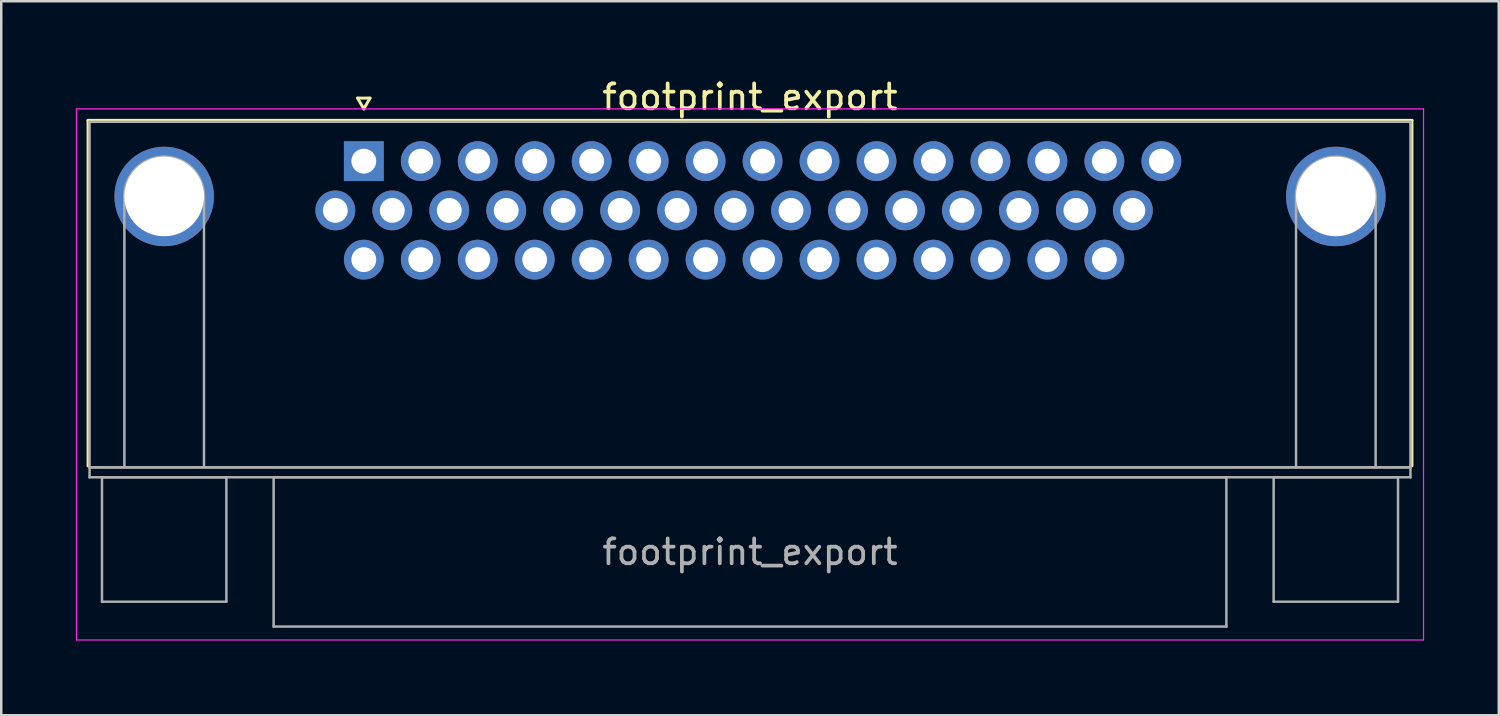
<source format=kicad_pcb>
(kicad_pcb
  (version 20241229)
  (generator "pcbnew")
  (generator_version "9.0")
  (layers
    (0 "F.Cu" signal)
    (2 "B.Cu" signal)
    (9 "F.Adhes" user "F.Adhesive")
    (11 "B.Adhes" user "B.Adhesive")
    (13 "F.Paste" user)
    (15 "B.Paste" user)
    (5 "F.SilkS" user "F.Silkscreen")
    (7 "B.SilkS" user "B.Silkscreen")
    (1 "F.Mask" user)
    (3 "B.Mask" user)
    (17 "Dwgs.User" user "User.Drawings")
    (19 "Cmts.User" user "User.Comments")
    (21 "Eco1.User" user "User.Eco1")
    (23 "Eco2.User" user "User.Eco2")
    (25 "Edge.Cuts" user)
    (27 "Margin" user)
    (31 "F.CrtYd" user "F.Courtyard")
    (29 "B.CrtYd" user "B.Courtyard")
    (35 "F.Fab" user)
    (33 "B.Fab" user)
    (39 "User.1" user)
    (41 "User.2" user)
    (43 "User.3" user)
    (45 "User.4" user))
  (footprint "footprint_export"
    (layer "F.Cu")
    (at 11.575 3.428)
    (property "Reference" "footprint_export" (at 15.525 -2.58 0) (layer "F.SilkS") (effects (font (size 1 1) (thickness 0.15))))
    (attr through_hole)
    (fp_line (start -11.085 -1.64) (end 42.135 -1.64) (stroke (width 0.12) (type solid)) (layer "F.SilkS"))
    (fp_line (start -11.085 12.25) (end -11.085 -1.64) (stroke (width 0.12) (type solid)) (layer "F.SilkS"))
    (fp_line (start -0.25 -2.534) (end 0.25 -2.534) (stroke (width 0.12) (type solid)) (layer "F.SilkS"))
    (fp_line (start 0 -2.101) (end -0.25 -2.534) (stroke (width 0.12) (type solid)) (layer "F.SilkS"))
    (fp_line (start 0.25 -2.534) (end 0 -2.101) (stroke (width 0.12) (type solid)) (layer "F.SilkS"))
    (fp_line (start 42.135 -1.64) (end 42.135 12.25) (stroke (width 0.12) (type solid)) (layer "F.SilkS"))
    (fp_line (start -11.55 -2.1) (end -11.55 19.25) (stroke (width 0.05) (type solid)) (layer "F.CrtYd"))
    (fp_line (start -11.55 19.25) (end 42.6 19.25) (stroke (width 0.05) (type solid)) (layer "F.CrtYd"))
    (fp_line (start 42.6 -2.1) (end -11.55 -2.1) (stroke (width 0.05) (type solid)) (layer "F.CrtYd"))
    (fp_line (start 42.6 19.25) (end 42.6 -2.1) (stroke (width 0.05) (type solid)) (layer "F.CrtYd"))
    (fp_line (start -11.025 -1.58) (end -11.025 12.31) (stroke (width 0.1) (type solid)) (layer "F.Fab"))
    (fp_line (start -11.025 12.31) (end -11.025 12.71) (stroke (width 0.1) (type solid)) (layer "F.Fab"))
    (fp_line (start -11.025 12.31) (end 42.075 12.31) (stroke (width 0.1) (type solid)) (layer "F.Fab"))
    (fp_line (start -11.025 12.71) (end 42.075 12.71) (stroke (width 0.1) (type solid)) (layer "F.Fab"))
    (fp_line (start -10.525 12.71) (end -10.525 17.71) (stroke (width 0.1) (type solid)) (layer "F.Fab"))
    (fp_line (start -10.525 17.71) (end -5.525 17.71) (stroke (width 0.1) (type solid)) (layer "F.Fab"))
    (fp_line (start -9.625 12.31) (end -9.625 1.42) (stroke (width 0.1) (type solid)) (layer "F.Fab"))
    (fp_line (start -6.425 12.31) (end -6.425 1.42) (stroke (width 0.1) (type solid)) (layer "F.Fab"))
    (fp_line (start -5.525 12.71) (end -10.525 12.71) (stroke (width 0.1) (type solid)) (layer "F.Fab"))
    (fp_line (start -5.525 17.71) (end -5.525 12.71) (stroke (width 0.1) (type solid)) (layer "F.Fab"))
    (fp_line (start -3.625 12.71) (end -3.625 18.71) (stroke (width 0.1) (type solid)) (layer "F.Fab"))
    (fp_line (start -3.625 18.71) (end 34.675 18.71) (stroke (width 0.1) (type solid)) (layer "F.Fab"))
    (fp_line (start 34.675 12.71) (end -3.625 12.71) (stroke (width 0.1) (type solid)) (layer "F.Fab"))
    (fp_line (start 34.675 18.71) (end 34.675 12.71) (stroke (width 0.1) (type solid)) (layer "F.Fab"))
    (fp_line (start 36.575 12.71) (end 36.575 17.71) (stroke (width 0.1) (type solid)) (layer "F.Fab"))
    (fp_line (start 36.575 17.71) (end 41.575 17.71) (stroke (width 0.1) (type solid)) (layer "F.Fab"))
    (fp_line (start 37.475 12.31) (end 37.475 1.42) (stroke (width 0.1) (type solid)) (layer "F.Fab"))
    (fp_line (start 40.675 12.31) (end 40.675 1.42) (stroke (width 0.1) (type solid)) (layer "F.Fab"))
    (fp_line (start 41.575 12.71) (end 36.575 12.71) (stroke (width 0.1) (type solid)) (layer "F.Fab"))
    (fp_line (start 41.575 17.71) (end 41.575 12.71) (stroke (width 0.1) (type solid)) (layer "F.Fab"))
    (fp_line (start 42.075 -1.58) (end -11.025 -1.58) (stroke (width 0.1) (type solid)) (layer "F.Fab"))
    (fp_line (start 42.075 12.31) (end -11.025 12.31) (stroke (width 0.1) (type solid)) (layer "F.Fab"))
    (fp_line (start 42.075 12.31) (end 42.075 -1.58) (stroke (width 0.1) (type solid)) (layer "F.Fab"))
    (fp_line (start 42.075 12.71) (end 42.075 12.31) (stroke (width 0.1) (type solid)) (layer "F.Fab"))
    (fp_arc (start -9.625 1.42) (mid -8.025 -0.18) (end -6.425 1.42) (stroke (width 0.1) (type solid)) (layer "F.Fab"))
    (fp_arc (start 37.475 1.42) (mid 39.075 -0.18) (end 40.675 1.42) (stroke (width 0.1) (type solid)) (layer "F.Fab"))
    (fp_text user "${REFERENCE}" (at 15.525 15.71 0) (layer "F.Fab") (effects (font (size 1 1) (thickness 0.15))))
    (pad "0" thru_hole circle (at -8.025 1.42) (size 4 4) (drill 3.2) (layers "*.Cu" "*.Mask"))
    (pad "0" thru_hole circle (at 39.075 1.42) (size 4 4) (drill 3.2) (layers "*.Cu" "*.Mask"))
    (pad "1" thru_hole rect (at 0 0) (size 1.6 1.6) (drill 1) (layers "*.Cu" "*.Mask"))
    (pad "2" thru_hole circle (at 2.29 0) (size 1.6 1.6) (drill 1) (layers "*.Cu" "*.Mask"))
    (pad "3" thru_hole circle (at 4.58 0) (size 1.6 1.6) (drill 1) (layers "*.Cu" "*.Mask"))
    (pad "4" thru_hole circle (at 6.87 0) (size 1.6 1.6) (drill 1) (layers "*.Cu" "*.Mask"))
    (pad "5" thru_hole circle (at 9.16 0) (size 1.6 1.6) (drill 1) (layers "*.Cu" "*.Mask"))
    (pad "6" thru_hole circle (at 11.45 0) (size 1.6 1.6) (drill 1) (layers "*.Cu" "*.Mask"))
    (pad "7" thru_hole circle (at 13.74 0) (size 1.6 1.6) (drill 1) (layers "*.Cu" "*.Mask"))
    (pad "8" thru_hole circle (at 16.03 0) (size 1.6 1.6) (drill 1) (layers "*.Cu" "*.Mask"))
    (pad "9" thru_hole circle (at 18.32 0) (size 1.6 1.6) (drill 1) (layers "*.Cu" "*.Mask"))
    (pad "10" thru_hole circle (at 20.61 0) (size 1.6 1.6) (drill 1) (layers "*.Cu" "*.Mask"))
    (pad "11" thru_hole circle (at 22.9 0) (size 1.6 1.6) (drill 1) (layers "*.Cu" "*.Mask"))
    (pad "12" thru_hole circle (at 25.19 0) (size 1.6 1.6) (drill 1) (layers "*.Cu" "*.Mask"))
    (pad "13" thru_hole circle (at 27.48 0) (size 1.6 1.6) (drill 1) (layers "*.Cu" "*.Mask"))
    (pad "14" thru_hole circle (at 29.77 0) (size 1.6 1.6) (drill 1) (layers "*.Cu" "*.Mask"))
    (pad "15" thru_hole circle (at 32.06 0) (size 1.6 1.6) (drill 1) (layers "*.Cu" "*.Mask"))
    (pad "16" thru_hole circle (at -1.145 1.98) (size 1.6 1.6) (drill 1) (layers "*.Cu" "*.Mask"))
    (pad "17" thru_hole circle (at 1.145 1.98) (size 1.6 1.6) (drill 1) (layers "*.Cu" "*.Mask"))
    (pad "18" thru_hole circle (at 3.435 1.98) (size 1.6 1.6) (drill 1) (layers "*.Cu" "*.Mask"))
    (pad "19" thru_hole circle (at 5.725 1.98) (size 1.6 1.6) (drill 1) (layers "*.Cu" "*.Mask"))
    (pad "20" thru_hole circle (at 8.015 1.98) (size 1.6 1.6) (drill 1) (layers "*.Cu" "*.Mask"))
    (pad "21" thru_hole circle (at 10.305 1.98) (size 1.6 1.6) (drill 1) (layers "*.Cu" "*.Mask"))
    (pad "22" thru_hole circle (at 12.595 1.98) (size 1.6 1.6) (drill 1) (layers "*.Cu" "*.Mask"))
    (pad "23" thru_hole circle (at 14.885 1.98) (size 1.6 1.6) (drill 1) (layers "*.Cu" "*.Mask"))
    (pad "24" thru_hole circle (at 17.175 1.98) (size 1.6 1.6) (drill 1) (layers "*.Cu" "*.Mask"))
    (pad "25" thru_hole circle (at 19.465 1.98) (size 1.6 1.6) (drill 1) (layers "*.Cu" "*.Mask"))
    (pad "26" thru_hole circle (at 21.755 1.98) (size 1.6 1.6) (drill 1) (layers "*.Cu" "*.Mask"))
    (pad "27" thru_hole circle (at 24.045 1.98) (size 1.6 1.6) (drill 1) (layers "*.Cu" "*.Mask"))
    (pad "28" thru_hole circle (at 26.335 1.98) (size 1.6 1.6) (drill 1) (layers "*.Cu" "*.Mask"))
    (pad "29" thru_hole circle (at 28.625 1.98) (size 1.6 1.6) (drill 1) (layers "*.Cu" "*.Mask"))
    (pad "30" thru_hole circle (at 30.915 1.98) (size 1.6 1.6) (drill 1) (layers "*.Cu" "*.Mask"))
    (pad "31" thru_hole circle (at 0 3.96) (size 1.6 1.6) (drill 1) (layers "*.Cu" "*.Mask"))
    (pad "32" thru_hole circle (at 2.29 3.96) (size 1.6 1.6) (drill 1) (layers "*.Cu" "*.Mask"))
    (pad "33" thru_hole circle (at 4.58 3.96) (size 1.6 1.6) (drill 1) (layers "*.Cu" "*.Mask"))
    (pad "34" thru_hole circle (at 6.87 3.96) (size 1.6 1.6) (drill 1) (layers "*.Cu" "*.Mask"))
    (pad "35" thru_hole circle (at 9.16 3.96) (size 1.6 1.6) (drill 1) (layers "*.Cu" "*.Mask"))
    (pad "36" thru_hole circle (at 11.45 3.96) (size 1.6 1.6) (drill 1) (layers "*.Cu" "*.Mask"))
    (pad "37" thru_hole circle (at 13.74 3.96) (size 1.6 1.6) (drill 1) (layers "*.Cu" "*.Mask"))
    (pad "38" thru_hole circle (at 16.03 3.96) (size 1.6 1.6) (drill 1) (layers "*.Cu" "*.Mask"))
    (pad "39" thru_hole circle (at 18.32 3.96) (size 1.6 1.6) (drill 1) (layers "*.Cu" "*.Mask"))
    (pad "40" thru_hole circle (at 20.61 3.96) (size 1.6 1.6) (drill 1) (layers "*.Cu" "*.Mask"))
    (pad "41" thru_hole circle (at 22.9 3.96) (size 1.6 1.6) (drill 1) (layers "*.Cu" "*.Mask"))
    (pad "42" thru_hole circle (at 25.19 3.96) (size 1.6 1.6) (drill 1) (layers "*.Cu" "*.Mask"))
    (pad "43" thru_hole circle (at 27.48 3.96) (size 1.6 1.6) (drill 1) (layers "*.Cu" "*.Mask"))
    (pad "44" thru_hole circle (at 29.77 3.96) (size 1.6 1.6) (drill 1) (layers "*.Cu" "*.Mask")))
  (gr_rect
    (start -3 -3)
    (end 57.2 25.703)
    (stroke (width 0.1) (type default))
    (fill no)
    (layer "Edge.Cuts")))
</source>
